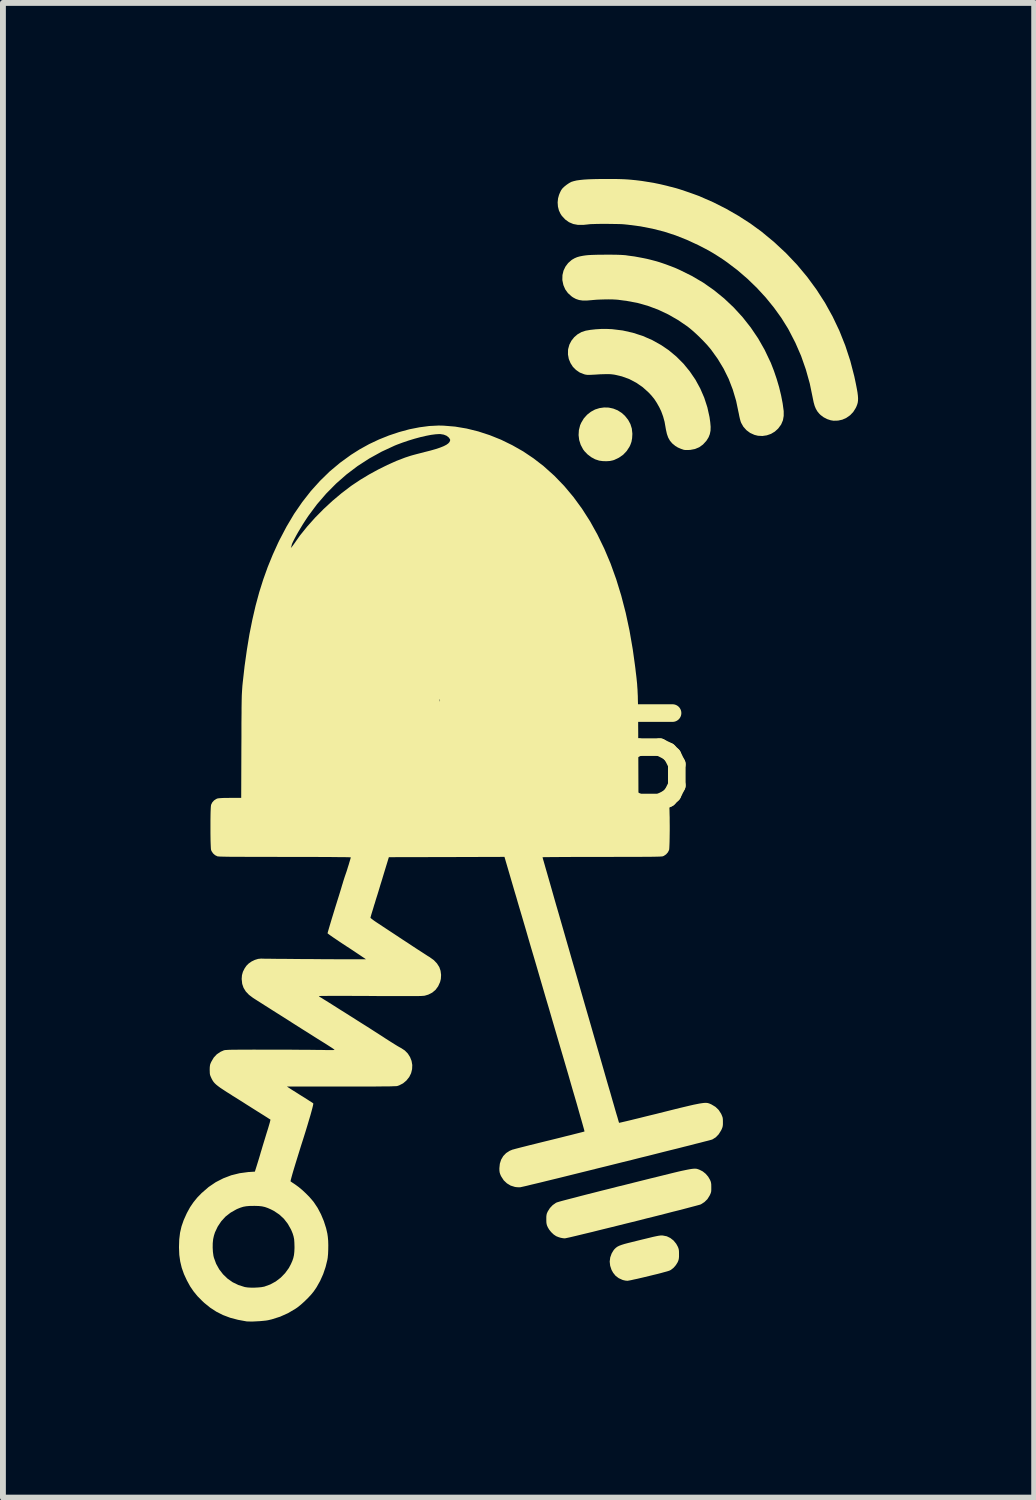
<source format=kicad_pcb>
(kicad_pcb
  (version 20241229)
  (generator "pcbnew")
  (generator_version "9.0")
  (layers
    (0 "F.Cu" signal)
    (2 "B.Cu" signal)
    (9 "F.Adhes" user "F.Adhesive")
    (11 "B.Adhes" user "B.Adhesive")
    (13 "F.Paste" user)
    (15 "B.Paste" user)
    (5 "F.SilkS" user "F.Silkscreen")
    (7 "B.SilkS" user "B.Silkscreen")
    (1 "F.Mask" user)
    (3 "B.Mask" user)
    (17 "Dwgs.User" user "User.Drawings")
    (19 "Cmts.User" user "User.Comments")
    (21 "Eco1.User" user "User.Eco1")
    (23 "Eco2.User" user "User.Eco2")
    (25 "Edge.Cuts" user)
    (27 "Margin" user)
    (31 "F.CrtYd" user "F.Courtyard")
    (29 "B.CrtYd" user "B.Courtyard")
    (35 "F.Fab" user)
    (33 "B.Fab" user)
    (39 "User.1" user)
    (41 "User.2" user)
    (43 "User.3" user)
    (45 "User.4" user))
  (footprint "logo_5"
    (layer "F.Cu")
    (at 4.999 9.935)
    (property "Reference" "logo_5" (at 0 0 0) (layer "F.SilkS") (effects (font (size 1.524 1.524) (thickness 0.3))))
    (attr board_only exclude_from_pos_files exclude_from_bom)
    (fp_poly (pts (xy 2.323 -6.04) (xy 2.401 -6.023) (xy 2.476 -5.993) (xy 2.546 -5.948) (xy 2.599 -5.9) (xy 2.654 -5.831) (xy 2.693 -5.759) (xy 2.717 -5.682) (xy 2.726 -5.598) (xy 2.726 -5.587) (xy 2.722 -5.518) (xy 2.711 -5.457) (xy 2.69 -5.399) (xy 2.676 -5.371) (xy 2.629 -5.299) (xy 2.569 -5.236) (xy 2.497 -5.186) (xy 2.417 -5.148) (xy 2.395 -5.141) (xy 2.344 -5.13) (xy 2.284 -5.126) (xy 2.221 -5.128) (xy 2.162 -5.136) (xy 2.158 -5.137) (xy 2.091 -5.159) (xy 2.025 -5.195) (xy 1.963 -5.242) (xy 1.91 -5.297) (xy 1.887 -5.328) (xy 1.846 -5.405) (xy 1.82 -5.487) (xy 1.81 -5.571) (xy 1.815 -5.656) (xy 1.836 -5.739) (xy 1.855 -5.782) (xy 1.9 -5.857) (xy 1.956 -5.919) (xy 2.02 -5.969) (xy 2.09 -6.007) (xy 2.166 -6.031) (xy 2.244 -6.042)) (stroke (width 0) (type solid)) (fill yes) (layer "F.SilkS"))
    (fp_poly (pts (xy 3.237 8.067) (xy 3.247 8.068) (xy 3.313 8.081) (xy 3.373 8.11) (xy 3.428 8.153) (xy 3.473 8.208) (xy 3.498 8.253) (xy 3.509 8.278) (xy 3.516 8.302) (xy 3.52 8.329) (xy 3.521 8.364) (xy 3.521 8.388) (xy 3.521 8.43) (xy 3.518 8.461) (xy 3.513 8.485) (xy 3.504 8.509) (xy 3.498 8.523) (xy 3.467 8.573) (xy 3.427 8.619) (xy 3.382 8.654) (xy 3.362 8.664) (xy 3.343 8.671) (xy 3.31 8.681) (xy 3.265 8.693) (xy 3.211 8.708) (xy 3.149 8.724) (xy 3.082 8.74) (xy 3.013 8.757) (xy 2.943 8.774) (xy 2.875 8.79) (xy 2.811 8.805) (xy 2.754 8.817) (xy 2.706 8.828) (xy 2.668 8.835) (xy 2.644 8.839) (xy 2.639 8.839) (xy 2.608 8.836) (xy 2.572 8.828) (xy 2.556 8.823) (xy 2.493 8.794) (xy 2.441 8.755) (xy 2.399 8.703) (xy 2.371 8.653) (xy 2.348 8.583) (xy 2.34 8.512) (xy 2.349 8.441) (xy 2.373 8.374) (xy 2.402 8.325) (xy 2.423 8.298) (xy 2.445 8.277) (xy 2.471 8.258) (xy 2.503 8.242) (xy 2.543 8.227) (xy 2.594 8.211) (xy 2.659 8.194) (xy 2.688 8.187) (xy 2.792 8.161) (xy 2.881 8.139) (xy 2.956 8.121) (xy 3.018 8.106) (xy 3.07 8.093) (xy 3.111 8.084) (xy 3.145 8.077) (xy 3.171 8.072) (xy 3.193 8.069) (xy 3.21 8.067) (xy 3.224 8.067)) (stroke (width 0) (type solid)) (fill yes) (layer "F.SilkS"))
    (fp_poly (pts (xy 2.382 -7.376) (xy 2.561 -7.354) (xy 2.734 -7.315) (xy 2.902 -7.261) (xy 3.063 -7.191) (xy 3.217 -7.105) (xy 3.345 -7.018) (xy 3.476 -6.909) (xy 3.597 -6.788) (xy 3.705 -6.656) (xy 3.801 -6.515) (xy 3.883 -6.365) (xy 3.951 -6.208) (xy 4.004 -6.045) (xy 4.041 -5.878) (xy 4.053 -5.792) (xy 4.06 -5.713) (xy 4.058 -5.646) (xy 4.046 -5.587) (xy 4.025 -5.534) (xy 3.993 -5.482) (xy 3.985 -5.471) (xy 3.929 -5.41) (xy 3.865 -5.364) (xy 3.793 -5.334) (xy 3.714 -5.319) (xy 3.698 -5.318) (xy 3.662 -5.317) (xy 3.631 -5.317) (xy 3.611 -5.319) (xy 3.607 -5.319) (xy 3.554 -5.337) (xy 3.501 -5.36) (xy 3.458 -5.386) (xy 3.456 -5.388) (xy 3.406 -5.429) (xy 3.367 -5.475) (xy 3.337 -5.528) (xy 3.315 -5.59) (xy 3.298 -5.666) (xy 3.293 -5.695) (xy 3.275 -5.798) (xy 3.25 -5.889) (xy 3.218 -5.976) (xy 3.185 -6.045) (xy 3.142 -6.121) (xy 3.099 -6.187) (xy 3.049 -6.248) (xy 3.003 -6.297) (xy 2.903 -6.387) (xy 2.793 -6.463) (xy 2.675 -6.525) (xy 2.549 -6.571) (xy 2.431 -6.599) (xy 2.399 -6.604) (xy 2.365 -6.608) (xy 2.328 -6.61) (xy 2.285 -6.61) (xy 2.234 -6.609) (xy 2.172 -6.607) (xy 2.097 -6.602) (xy 2.037 -6.599) (xy 1.99 -6.597) (xy 1.953 -6.598) (xy 1.922 -6.603) (xy 1.904 -6.608) (xy 1.83 -6.637) (xy 1.767 -6.68) (xy 1.713 -6.734) (xy 1.672 -6.798) (xy 1.643 -6.868) (xy 1.629 -6.944) (xy 1.63 -7.024) (xy 1.633 -7.041) (xy 1.653 -7.113) (xy 1.688 -7.18) (xy 1.735 -7.239) (xy 1.793 -7.289) (xy 1.86 -7.327) (xy 1.93 -7.35) (xy 2.01 -7.364) (xy 2.101 -7.374) (xy 2.198 -7.38) (xy 2.295 -7.38)) (stroke (width 0) (type solid)) (fill yes) (layer "F.SilkS"))
    (fp_poly (pts (xy 3.801 6.929) (xy 3.816 6.93) (xy 3.83 6.933) (xy 3.842 6.937) (xy 3.854 6.941) (xy 3.867 6.946) (xy 3.872 6.948) (xy 3.925 6.975) (xy 3.976 7.016) (xy 4.018 7.065) (xy 4.046 7.113) (xy 4.059 7.141) (xy 4.066 7.166) (xy 4.07 7.193) (xy 4.071 7.229) (xy 4.071 7.249) (xy 4.071 7.289) (xy 4.069 7.318) (xy 4.063 7.342) (xy 4.053 7.366) (xy 4.043 7.387) (xy 4.005 7.448) (xy 3.954 7.498) (xy 3.896 7.535) (xy 3.892 7.537) (xy 3.878 7.542) (xy 3.849 7.55) (xy 3.805 7.562) (xy 3.748 7.577) (xy 3.68 7.595) (xy 3.601 7.616) (xy 3.512 7.639) (xy 3.415 7.663) (xy 3.311 7.69) (xy 3.202 7.718) (xy 3.087 7.747) (xy 2.969 7.776) (xy 2.849 7.807) (xy 2.728 7.837) (xy 2.606 7.867) (xy 2.486 7.897) (xy 2.369 7.926) (xy 2.255 7.954) (xy 2.145 7.981) (xy 2.042 8.007) (xy 1.946 8.03) (xy 1.859 8.051) (xy 1.781 8.07) (xy 1.713 8.086) (xy 1.658 8.099) (xy 1.616 8.108) (xy 1.588 8.114) (xy 1.575 8.116) (xy 1.547 8.114) (xy 1.514 8.108) (xy 1.5 8.105) (xy 1.468 8.095) (xy 1.438 8.083) (xy 1.428 8.079) (xy 1.385 8.05) (xy 1.343 8.01) (xy 1.307 7.965) (xy 1.284 7.925) (xy 1.272 7.897) (xy 1.265 7.872) (xy 1.261 7.845) (xy 1.26 7.809) (xy 1.26 7.79) (xy 1.26 7.749) (xy 1.263 7.72) (xy 1.268 7.696) (xy 1.278 7.672) (xy 1.285 7.657) (xy 1.321 7.6) (xy 1.367 7.551) (xy 1.42 7.513) (xy 1.436 7.505) (xy 1.451 7.5) (xy 1.481 7.491) (xy 1.527 7.478) (xy 1.587 7.462) (xy 1.66 7.443) (xy 1.746 7.421) (xy 1.844 7.395) (xy 1.953 7.367) (xy 2.072 7.337) (xy 2.201 7.304) (xy 2.338 7.27) (xy 2.482 7.233) (xy 2.597 7.205) (xy 2.76 7.164) (xy 2.908 7.127) (xy 3.04 7.094) (xy 3.159 7.065) (xy 3.264 7.039) (xy 3.357 7.016) (xy 3.438 6.996) (xy 3.509 6.979) (xy 3.57 6.965) (xy 3.623 6.954) (xy 3.667 6.945) (xy 3.705 6.938) (xy 3.736 6.933) (xy 3.762 6.93) (xy 3.783 6.929)) (stroke (width 0) (type solid)) (fill yes) (layer "F.SilkS"))
    (fp_poly (pts (xy 2.391 -8.645) (xy 2.461 -8.644) (xy 2.523 -8.642) (xy 2.574 -8.639) (xy 2.612 -8.636) (xy 2.618 -8.635) (xy 2.657 -8.629) (xy 2.695 -8.624) (xy 2.724 -8.62) (xy 2.726 -8.62) (xy 2.763 -8.615) (xy 2.811 -8.606) (xy 2.866 -8.596) (xy 2.923 -8.585) (xy 2.976 -8.574) (xy 3.021 -8.563) (xy 3.022 -8.563) (xy 3.083 -8.547) (xy 3.136 -8.533) (xy 3.186 -8.518) (xy 3.237 -8.501) (xy 3.295 -8.481) (xy 3.364 -8.455) (xy 3.371 -8.453) (xy 3.404 -8.44) (xy 3.43 -8.43) (xy 3.451 -8.422) (xy 3.474 -8.412) (xy 3.503 -8.399) (xy 3.538 -8.383) (xy 3.74 -8.283) (xy 3.934 -8.169) (xy 4.118 -8.04) (xy 4.291 -7.899) (xy 4.454 -7.745) (xy 4.605 -7.58) (xy 4.743 -7.405) (xy 4.869 -7.219) (xy 4.98 -7.024) (xy 5.077 -6.82) (xy 5.084 -6.806) (xy 5.137 -6.67) (xy 5.185 -6.529) (xy 5.227 -6.387) (xy 5.261 -6.246) (xy 5.287 -6.112) (xy 5.304 -5.987) (xy 5.305 -5.98) (xy 5.305 -5.898) (xy 5.292 -5.824) (xy 5.263 -5.755) (xy 5.258 -5.747) (xy 5.211 -5.683) (xy 5.154 -5.631) (xy 5.089 -5.592) (xy 5.017 -5.567) (xy 4.942 -5.556) (xy 4.866 -5.56) (xy 4.806 -5.575) (xy 4.733 -5.608) (xy 4.67 -5.655) (xy 4.618 -5.713) (xy 4.58 -5.78) (xy 4.57 -5.807) (xy 4.559 -5.847) (xy 4.548 -5.895) (xy 4.538 -5.947) (xy 4.536 -5.955) (xy 4.494 -6.156) (xy 4.437 -6.347) (xy 4.367 -6.529) (xy 4.281 -6.703) (xy 4.181 -6.869) (xy 4.066 -7.029) (xy 4.052 -7.046) (xy 4.003 -7.104) (xy 3.944 -7.167) (xy 3.879 -7.233) (xy 3.812 -7.297) (xy 3.746 -7.356) (xy 3.684 -7.407) (xy 3.661 -7.425) (xy 3.502 -7.533) (xy 3.336 -7.628) (xy 3.164 -7.709) (xy 2.989 -7.774) (xy 2.811 -7.824) (xy 2.633 -7.857) (xy 2.623 -7.859) (xy 2.58 -7.864) (xy 2.535 -7.87) (xy 2.497 -7.875) (xy 2.494 -7.876) (xy 2.449 -7.88) (xy 2.391 -7.883) (xy 2.324 -7.884) (xy 2.253 -7.883) (xy 2.182 -7.881) (xy 2.115 -7.878) (xy 2.056 -7.873) (xy 2.035 -7.871) (xy 1.951 -7.864) (xy 1.88 -7.864) (xy 1.818 -7.873) (xy 1.764 -7.891) (xy 1.714 -7.918) (xy 1.69 -7.935) (xy 1.628 -7.991) (xy 1.582 -8.055) (xy 1.551 -8.127) (xy 1.534 -8.207) (xy 1.533 -8.22) (xy 1.535 -8.298) (xy 1.553 -8.373) (xy 1.586 -8.442) (xy 1.632 -8.503) (xy 1.69 -8.554) (xy 1.702 -8.562) (xy 1.742 -8.585) (xy 1.784 -8.603) (xy 1.83 -8.616) (xy 1.886 -8.627) (xy 1.935 -8.634) (xy 1.976 -8.638) (xy 2.03 -8.641) (xy 2.094 -8.643) (xy 2.165 -8.645) (xy 2.24 -8.645) (xy 2.316 -8.646)) (stroke (width 0) (type solid)) (fill yes) (layer "F.SilkS"))
    (fp_poly (pts (xy 2.428 -9.935) (xy 2.493 -9.934) (xy 2.55 -9.932) (xy 2.6 -9.93) (xy 2.648 -9.927) (xy 2.697 -9.923) (xy 2.748 -9.918) (xy 2.788 -9.914) (xy 2.886 -9.902) (xy 2.992 -9.885) (xy 3.099 -9.867) (xy 3.201 -9.846) (xy 3.294 -9.824) (xy 3.319 -9.818) (xy 3.359 -9.807) (xy 3.402 -9.797) (xy 3.435 -9.788) (xy 3.469 -9.779) (xy 3.516 -9.765) (xy 3.572 -9.747) (xy 3.634 -9.726) (xy 3.698 -9.704) (xy 3.76 -9.682) (xy 3.818 -9.661) (xy 3.867 -9.643) (xy 3.882 -9.636) (xy 4.104 -9.539) (xy 4.322 -9.429) (xy 4.533 -9.308) (xy 4.735 -9.178) (xy 4.923 -9.041) (xy 4.927 -9.038) (xy 5.142 -8.86) (xy 5.344 -8.672) (xy 5.532 -8.474) (xy 5.705 -8.267) (xy 5.864 -8.05) (xy 6.009 -7.825) (xy 6.139 -7.59) (xy 6.254 -7.348) (xy 6.354 -7.097) (xy 6.439 -6.838) (xy 6.508 -6.572) (xy 6.534 -6.449) (xy 6.55 -6.367) (xy 6.562 -6.3) (xy 6.569 -6.244) (xy 6.572 -6.198) (xy 6.571 -6.158) (xy 6.566 -6.122) (xy 6.556 -6.088) (xy 6.542 -6.053) (xy 6.531 -6.031) (xy 6.489 -5.964) (xy 6.436 -5.909) (xy 6.373 -5.865) (xy 6.304 -5.834) (xy 6.23 -5.818) (xy 6.154 -5.816) (xy 6.105 -5.824) (xy 6.044 -5.844) (xy 5.985 -5.875) (xy 5.933 -5.914) (xy 5.91 -5.937) (xy 5.878 -5.976) (xy 5.853 -6.019) (xy 5.833 -6.067) (xy 5.816 -6.126) (xy 5.801 -6.198) (xy 5.8 -6.204) (xy 5.749 -6.451) (xy 5.682 -6.69) (xy 5.601 -6.921) (xy 5.504 -7.144) (xy 5.392 -7.361) (xy 5.376 -7.39) (xy 5.265 -7.568) (xy 5.139 -7.743) (xy 5 -7.914) (xy 4.849 -8.078) (xy 4.688 -8.234) (xy 4.52 -8.379) (xy 4.345 -8.512) (xy 4.261 -8.571) (xy 4.182 -8.622) (xy 4.112 -8.666) (xy 4.044 -8.706) (xy 3.974 -8.744) (xy 3.895 -8.785) (xy 3.848 -8.809) (xy 3.653 -8.899) (xy 3.461 -8.975) (xy 3.267 -9.038) (xy 3.07 -9.088) (xy 2.865 -9.128) (xy 2.65 -9.156) (xy 2.592 -9.162) (xy 2.555 -9.165) (xy 2.506 -9.167) (xy 2.447 -9.168) (xy 2.382 -9.169) (xy 2.313 -9.17) (xy 2.243 -9.17) (xy 2.176 -9.17) (xy 2.113 -9.169) (xy 2.059 -9.167) (xy 2.015 -9.166) (xy 1.986 -9.163) (xy 1.982 -9.163) (xy 1.961 -9.16) (xy 1.929 -9.157) (xy 1.893 -9.153) (xy 1.886 -9.153) (xy 1.799 -9.153) (xy 1.719 -9.168) (xy 1.646 -9.199) (xy 1.582 -9.245) (xy 1.526 -9.305) (xy 1.503 -9.339) (xy 1.475 -9.398) (xy 1.458 -9.465) (xy 1.453 -9.536) (xy 1.46 -9.605) (xy 1.476 -9.663) (xy 1.49 -9.697) (xy 1.505 -9.729) (xy 1.516 -9.749) (xy 1.537 -9.777) (xy 1.57 -9.808) (xy 1.608 -9.838) (xy 1.648 -9.865) (xy 1.684 -9.885) (xy 1.69 -9.887) (xy 1.729 -9.899) (xy 1.776 -9.91) (xy 1.833 -9.918) (xy 1.901 -9.925) (xy 1.982 -9.93) (xy 2.076 -9.933) (xy 2.185 -9.935) (xy 2.261 -9.935) (xy 2.352 -9.935)) (stroke (width 0) (type solid)) (fill yes) (layer "F.SilkS"))
    (fp_poly (pts (xy -0.49 -5.732) (xy -0.295 -5.716) (xy -0.098 -5.683) (xy 0.1 -5.634) (xy 0.296 -5.57) (xy 0.49 -5.492) (xy 0.68 -5.399) (xy 0.865 -5.294) (xy 1.042 -5.175) (xy 1.212 -5.044) (xy 1.222 -5.035) (xy 1.398 -4.877) (xy 1.565 -4.704) (xy 1.721 -4.518) (xy 1.868 -4.317) (xy 2.005 -4.103) (xy 2.131 -3.876) (xy 2.248 -3.635) (xy 2.355 -3.382) (xy 2.451 -3.115) (xy 2.537 -2.835) (xy 2.613 -2.542) (xy 2.678 -2.238) (xy 2.733 -1.92) (xy 2.768 -1.668) (xy 2.777 -1.6) (xy 2.784 -1.538) (xy 2.791 -1.482) (xy 2.797 -1.43) (xy 2.802 -1.38) (xy 2.807 -1.332) (xy 2.81 -1.283) (xy 2.814 -1.233) (xy 2.816 -1.181) (xy 2.819 -1.124) (xy 2.82 -1.061) (xy 2.822 -0.991) (xy 2.823 -0.913) (xy 2.824 -0.826) (xy 2.825 -0.727) (xy 2.825 -0.616) (xy 2.826 -0.491) (xy 2.826 -0.351) (xy 2.827 -0.277) (xy 2.83 0.61) (xy 3.02 0.61) (xy 3.099 0.611) (xy 3.162 0.613) (xy 3.208 0.616) (xy 3.238 0.62) (xy 3.245 0.621) (xy 3.283 0.64) (xy 3.318 0.671) (xy 3.344 0.709) (xy 3.351 0.728) (xy 3.354 0.746) (xy 3.357 0.779) (xy 3.359 0.825) (xy 3.36 0.881) (xy 3.362 0.945) (xy 3.362 1.014) (xy 3.363 1.087) (xy 3.363 1.16) (xy 3.362 1.232) (xy 3.361 1.3) (xy 3.36 1.362) (xy 3.358 1.415) (xy 3.356 1.458) (xy 3.354 1.487) (xy 3.351 1.499) (xy 3.332 1.538) (xy 3.301 1.573) (xy 3.264 1.598) (xy 3.245 1.606) (xy 3.235 1.608) (xy 3.218 1.609) (xy 3.191 1.611) (xy 3.156 1.612) (xy 3.11 1.613) (xy 3.054 1.614) (xy 2.986 1.614) (xy 2.905 1.615) (xy 2.812 1.616) (xy 2.704 1.616) (xy 2.582 1.616) (xy 2.445 1.616) (xy 2.292 1.617) (xy 2.202 1.617) (xy 2.072 1.617) (xy 1.947 1.617) (xy 1.828 1.617) (xy 1.716 1.617) (xy 1.612 1.618) (xy 1.517 1.618) (xy 1.432 1.619) (xy 1.358 1.619) (xy 1.297 1.62) (xy 1.249 1.62) (xy 1.216 1.621) (xy 1.198 1.622) (xy 1.195 1.622) (xy 1.198 1.631) (xy 1.204 1.655) (xy 1.216 1.695) (xy 1.231 1.748) (xy 1.25 1.815) (xy 1.273 1.894) (xy 1.299 1.985) (xy 1.328 2.086) (xy 1.36 2.198) (xy 1.394 2.318) (xy 1.431 2.447) (xy 1.471 2.584) (xy 1.512 2.727) (xy 1.555 2.876) (xy 1.599 3.03) (xy 1.645 3.189) (xy 1.691 3.35) (xy 1.739 3.515) (xy 1.787 3.681) (xy 1.835 3.849) (xy 1.883 4.016) (xy 1.931 4.183) (xy 1.979 4.348) (xy 2.026 4.511) (xy 2.072 4.671) (xy 2.117 4.827) (xy 2.161 4.979) (xy 2.203 5.125) (xy 2.243 5.264) (xy 2.281 5.397) (xy 2.317 5.521) (xy 2.351 5.636) (xy 2.381 5.742) (xy 2.409 5.838) (xy 2.433 5.922) (xy 2.454 5.994) (xy 2.472 6.053) (xy 2.485 6.099) (xy 2.494 6.13) (xy 2.499 6.146) (xy 2.499 6.147) (xy 2.508 6.146) (xy 2.532 6.141) (xy 2.57 6.132) (xy 2.622 6.12) (xy 2.685 6.105) (xy 2.758 6.087) (xy 2.841 6.067) (xy 2.932 6.044) (xy 3.03 6.02) (xy 3.133 5.995) (xy 3.192 5.98) (xy 3.324 5.947) (xy 3.44 5.918) (xy 3.541 5.893) (xy 3.629 5.872) (xy 3.705 5.854) (xy 3.77 5.839) (xy 3.825 5.828) (xy 3.871 5.819) (xy 3.91 5.813) (xy 3.942 5.809) (xy 3.968 5.807) (xy 3.991 5.808) (xy 4.01 5.81) (xy 4.027 5.815) (xy 4.044 5.821) (xy 4.06 5.828) (xy 4.077 5.836) (xy 4.143 5.876) (xy 4.197 5.928) (xy 4.238 5.992) (xy 4.242 6) (xy 4.255 6.031) (xy 4.264 6.056) (xy 4.268 6.083) (xy 4.269 6.118) (xy 4.269 6.135) (xy 4.269 6.174) (xy 4.266 6.203) (xy 4.26 6.227) (xy 4.249 6.255) (xy 4.237 6.279) (xy 4.197 6.343) (xy 4.148 6.394) (xy 4.089 6.431) (xy 4.087 6.431) (xy 4.076 6.435) (xy 4.048 6.443) (xy 4.006 6.454) (xy 3.95 6.468) (xy 3.882 6.486) (xy 3.801 6.506) (xy 3.71 6.53) (xy 3.609 6.555) (xy 3.5 6.583) (xy 3.382 6.612) (xy 3.258 6.643) (xy 3.128 6.676) (xy 2.994 6.71) (xy 2.855 6.744) (xy 2.714 6.78) (xy 2.571 6.815) (xy 2.427 6.851) (xy 2.283 6.887) (xy 2.14 6.922) (xy 2 6.957) (xy 1.863 6.991) (xy 1.73 7.024) (xy 1.601 7.056) (xy 1.48 7.086) (xy 1.365 7.114) (xy 1.258 7.14) (xy 1.161 7.164) (xy 1.073 7.185) (xy 0.997 7.203) (xy 0.933 7.219) (xy 0.881 7.231) (xy 0.844 7.239) (xy 0.822 7.244) (xy 0.817 7.245) (xy 0.785 7.246) (xy 0.747 7.243) (xy 0.726 7.24) (xy 0.652 7.217) (xy 0.589 7.179) (xy 0.535 7.128) (xy 0.494 7.065) (xy 0.487 7.053) (xy 0.473 7.02) (xy 0.465 6.993) (xy 0.461 6.964) (xy 0.46 6.925) (xy 0.46 6.922) (xy 0.468 6.844) (xy 0.49 6.775) (xy 0.526 6.714) (xy 0.575 6.663) (xy 0.636 6.624) (xy 0.684 6.604) (xy 0.701 6.6) (xy 0.733 6.591) (xy 0.779 6.579) (xy 0.837 6.564) (xy 0.905 6.547) (xy 0.983 6.527) (xy 1.069 6.506) (xy 1.161 6.483) (xy 1.258 6.459) (xy 1.32 6.444) (xy 1.417 6.42) (xy 1.51 6.397) (xy 1.596 6.375) (xy 1.675 6.356) (xy 1.744 6.338) (xy 1.804 6.323) (xy 1.851 6.311) (xy 1.886 6.302) (xy 1.906 6.296) (xy 1.911 6.294) (xy 1.909 6.286) (xy 1.903 6.261) (xy 1.892 6.222) (xy 1.877 6.168) (xy 1.858 6.101) (xy 1.835 6.022) (xy 1.809 5.93) (xy 1.78 5.827) (xy 1.747 5.714) (xy 1.711 5.592) (xy 1.673 5.46) (xy 1.633 5.32) (xy 1.59 5.174) (xy 1.545 5.02) (xy 1.498 4.861) (xy 1.45 4.697) (xy 1.409 4.557) (xy 1.357 4.379) (xy 1.305 4.2) (xy 1.252 4.022) (xy 1.2 3.844) (xy 1.149 3.669) (xy 1.099 3.497) (xy 1.05 3.33) (xy 1.002 3.169) (xy 0.957 3.015) (xy 0.915 2.869) (xy 0.875 2.733) (xy 0.838 2.607) (xy 0.804 2.493) (xy 0.774 2.391) (xy 0.749 2.304) (xy 0.727 2.231) (xy 0.724 2.221) (xy 0.547 1.616) (xy -0.438 1.619) (xy -1.423 1.621) (xy -1.515 1.922) (xy -1.539 2.003) (xy -1.566 2.089) (xy -1.592 2.176) (xy -1.618 2.261) (xy -1.643 2.339) (xy -1.663 2.407) (xy -1.672 2.433) (xy -1.689 2.491) (xy -1.705 2.543) (xy -1.719 2.588) (xy -1.729 2.623) (xy -1.735 2.645) (xy -1.737 2.653) (xy -1.73 2.661) (xy -1.711 2.676) (xy -1.682 2.698) (xy -1.646 2.723) (xy -1.614 2.744) (xy -1.463 2.844) (xy -1.326 2.934) (xy -1.204 3.015) (xy -1.095 3.086) (xy -1 3.149) (xy -0.919 3.202) (xy -0.852 3.245) (xy -0.798 3.28) (xy -0.758 3.306) (xy -0.731 3.322) (xy -0.724 3.327) (xy -0.657 3.375) (xy -0.603 3.432) (xy -0.563 3.495) (xy -0.542 3.557) (xy -0.533 3.626) (xy -0.537 3.695) (xy -0.55 3.748) (xy -0.583 3.821) (xy -0.627 3.881) (xy -0.684 3.929) (xy -0.751 3.963) (xy -0.812 3.981) (xy -0.825 3.983) (xy -0.844 3.984) (xy -0.872 3.986) (xy -0.909 3.987) (xy -0.956 3.987) (xy -1.013 3.988) (xy -1.082 3.988) (xy -1.164 3.988) (xy -1.258 3.988) (xy -1.366 3.988) (xy -1.49 3.987) (xy -1.629 3.987) (xy -1.738 3.986) (xy -1.881 3.985) (xy -2.014 3.985) (xy -2.135 3.984) (xy -2.244 3.984) (xy -2.34 3.984) (xy -2.423 3.984) (xy -2.491 3.985) (xy -2.546 3.985) (xy -2.585 3.986) (xy -2.607 3.987) (xy -2.614 3.988) (xy -2.607 3.998) (xy -2.602 4.001) (xy -2.592 4.007) (xy -2.569 4.02) (xy -2.535 4.042) (xy -2.491 4.069) (xy -2.438 4.102) (xy -2.378 4.14) (xy -2.313 4.181) (xy -2.247 4.223) (xy -2.173 4.269) (xy -2.099 4.316) (xy -2.027 4.361) (xy -1.96 4.404) (xy -1.9 4.442) (xy -1.849 4.474) (xy -1.808 4.5) (xy -1.788 4.512) (xy -1.749 4.537) (xy -1.715 4.559) (xy -1.684 4.579) (xy -1.653 4.599) (xy -1.618 4.621) (xy -1.578 4.647) (xy -1.528 4.679) (xy -1.475 4.714) (xy -1.398 4.763) (xy -1.331 4.805) (xy -1.276 4.839) (xy -1.232 4.864) (xy -1.213 4.874) (xy -1.151 4.915) (xy -1.1 4.967) (xy -1.062 5.027) (xy -1.036 5.093) (xy -1.024 5.162) (xy -1.027 5.233) (xy -1.044 5.302) (xy -1.076 5.367) (xy -1.124 5.427) (xy -1.181 5.475) (xy -1.247 5.509) (xy -1.279 5.52) (xy -1.291 5.522) (xy -1.313 5.523) (xy -1.346 5.524) (xy -1.391 5.526) (xy -1.447 5.527) (xy -1.517 5.527) (xy -1.6 5.528) (xy -1.697 5.529) (xy -1.809 5.529) (xy -1.936 5.529) (xy -2.079 5.529) (xy -2.238 5.529) (xy -3.16 5.529) (xy -3.13 5.549) (xy -3.114 5.559) (xy -3.087 5.577) (xy -3.049 5.601) (xy -3.004 5.629) (xy -2.954 5.661) (xy -2.911 5.688) (xy -2.859 5.72) (xy -2.812 5.75) (xy -2.772 5.776) (xy -2.74 5.796) (xy -2.719 5.81) (xy -2.711 5.816) (xy -2.711 5.827) (xy -2.716 5.853) (xy -2.726 5.895) (xy -2.741 5.951) (xy -2.76 6.02) (xy -2.785 6.103) (xy -2.813 6.198) (xy -2.846 6.306) (xy -2.883 6.424) (xy -2.923 6.549) (xy -2.954 6.649) (xy -2.983 6.743) (xy -3.01 6.83) (xy -3.034 6.909) (xy -3.055 6.979) (xy -3.072 7.038) (xy -3.085 7.086) (xy -3.094 7.12) (xy -3.098 7.14) (xy -3.098 7.145) (xy -3.088 7.152) (xy -3.068 7.166) (xy -3.039 7.185) (xy -3.014 7.202) (xy -2.958 7.243) (xy -2.897 7.294) (xy -2.835 7.352) (xy -2.776 7.412) (xy -2.725 7.471) (xy -2.703 7.498) (xy -2.638 7.595) (xy -2.58 7.705) (xy -2.531 7.822) (xy -2.492 7.944) (xy -2.471 8.035) (xy -2.463 8.091) (xy -2.457 8.158) (xy -2.455 8.233) (xy -2.456 8.309) (xy -2.459 8.382) (xy -2.465 8.446) (xy -2.471 8.482) (xy -2.501 8.604) (xy -2.542 8.725) (xy -2.594 8.841) (xy -2.654 8.948) (xy -2.703 9.02) (xy -2.747 9.074) (xy -2.801 9.132) (xy -2.86 9.19) (xy -2.92 9.244) (xy -2.977 9.29) (xy -3.01 9.313) (xy -3.14 9.39) (xy -3.276 9.451) (xy -3.418 9.496) (xy -3.482 9.511) (xy -3.519 9.517) (xy -3.568 9.522) (xy -3.623 9.527) (xy -3.681 9.53) (xy -3.737 9.533) (xy -3.787 9.533) (xy -3.828 9.532) (xy -3.848 9.531) (xy -3.994 9.504) (xy -4.127 9.469) (xy -4.249 9.423) (xy -4.362 9.366) (xy -4.468 9.297) (xy -4.569 9.215) (xy -4.607 9.179) (xy -4.686 9.099) (xy -4.751 9.019) (xy -4.809 8.934) (xy -4.861 8.839) (xy -4.862 8.838) (xy -4.914 8.726) (xy -4.952 8.619) (xy -4.978 8.511) (xy -4.994 8.398) (xy -4.999 8.275) (xy -4.999 8.274) (xy -4.425 8.274) (xy -4.421 8.347) (xy -4.412 8.413) (xy -4.404 8.446) (xy -4.366 8.55) (xy -4.313 8.645) (xy -4.248 8.729) (xy -4.171 8.803) (xy -4.084 8.864) (xy -3.987 8.911) (xy -3.883 8.944) (xy -3.869 8.947) (xy -3.827 8.953) (xy -3.773 8.956) (xy -3.713 8.956) (xy -3.653 8.953) (xy -3.598 8.948) (xy -3.554 8.94) (xy -3.547 8.939) (xy -3.445 8.902) (xy -3.351 8.851) (xy -3.266 8.786) (xy -3.191 8.709) (xy -3.127 8.621) (xy -3.092 8.555) (xy -3.068 8.501) (xy -3.051 8.451) (xy -3.04 8.402) (xy -3.034 8.348) (xy -3.031 8.284) (xy -3.031 8.259) (xy -3.033 8.19) (xy -3.037 8.132) (xy -3.047 8.082) (xy -3.062 8.033) (xy -3.083 7.982) (xy -3.091 7.964) (xy -3.146 7.867) (xy -3.212 7.782) (xy -3.29 7.71) (xy -3.381 7.649) (xy -3.432 7.623) (xy -3.486 7.599) (xy -3.535 7.582) (xy -3.584 7.571) (xy -3.638 7.565) (xy -3.703 7.563) (xy -3.727 7.563) (xy -3.796 7.564) (xy -3.854 7.569) (xy -3.904 7.578) (xy -3.952 7.593) (xy -4.004 7.614) (xy -4.023 7.623) (xy -4.12 7.678) (xy -4.206 7.745) (xy -4.279 7.825) (xy -4.339 7.915) (xy -4.386 8.014) (xy -4.404 8.071) (xy -4.417 8.13) (xy -4.424 8.2) (xy -4.425 8.274) (xy -4.999 8.274) (xy -4.999 8.259) (xy -4.995 8.135) (xy -4.981 8.02) (xy -4.956 7.912) (xy -4.919 7.805) (xy -4.869 7.694) (xy -4.862 7.68) (xy -4.81 7.585) (xy -4.752 7.5) (xy -4.687 7.42) (xy -4.609 7.34) (xy -4.607 7.339) (xy -4.494 7.241) (xy -4.373 7.159) (xy -4.244 7.093) (xy -4.108 7.041) (xy -3.966 7.006) (xy -3.817 6.986) (xy -3.795 6.985) (xy -3.706 6.979) (xy -3.672 6.871) (xy -3.655 6.816) (xy -3.636 6.754) (xy -3.618 6.694) (xy -3.607 6.655) (xy -3.592 6.606) (xy -3.575 6.548) (xy -3.556 6.486) (xy -3.538 6.427) (xy -3.534 6.414) (xy -3.506 6.322) (xy -3.482 6.246) (xy -3.464 6.185) (xy -3.451 6.14) (xy -3.444 6.11) (xy -3.44 6.095) (xy -3.441 6.093) (xy -3.449 6.087) (xy -3.469 6.075) (xy -3.498 6.056) (xy -3.533 6.034) (xy -3.547 6.025) (xy -3.595 5.995) (xy -3.651 5.96) (xy -3.708 5.924) (xy -3.759 5.892) (xy -3.762 5.89) (xy -3.798 5.867) (xy -3.846 5.837) (xy -3.902 5.801) (xy -3.964 5.762) (xy -4.029 5.721) (xy -4.094 5.681) (xy -4.111 5.669) (xy -4.185 5.623) (xy -4.246 5.583) (xy -4.296 5.55) (xy -4.335 5.521) (xy -4.366 5.496) (xy -4.391 5.472) (xy -4.41 5.45) (xy -4.426 5.426) (xy -4.44 5.401) (xy -4.448 5.384) (xy -4.461 5.355) (xy -4.47 5.33) (xy -4.474 5.304) (xy -4.475 5.271) (xy -4.476 5.245) (xy -4.475 5.204) (xy -4.472 5.175) (xy -4.467 5.15) (xy -4.457 5.125) (xy -4.448 5.106) (xy -4.407 5.036) (xy -4.355 4.98) (xy -4.291 4.937) (xy -4.239 4.914) (xy -4.231 4.911) (xy -4.22 4.909) (xy -4.205 4.907) (xy -4.186 4.906) (xy -4.16 4.904) (xy -4.128 4.903) (xy -4.087 4.902) (xy -4.037 4.902) (xy -3.977 4.901) (xy -3.905 4.901) (xy -3.821 4.901) (xy -3.722 4.9) (xy -3.609 4.901) (xy -3.48 4.901) (xy -3.465 4.901) (xy -3.349 4.901) (xy -3.233 4.901) (xy -3.121 4.901) (xy -3.013 4.902) (xy -2.911 4.903) (xy -2.817 4.903) (xy -2.732 4.904) (xy -2.659 4.905) (xy -2.599 4.905) (xy -2.553 4.906) (xy -2.539 4.906) (xy -2.483 4.908) (xy -2.435 4.908) (xy -2.394 4.908) (xy -2.365 4.907) (xy -2.35 4.905) (xy -2.348 4.904) (xy -2.355 4.898) (xy -2.374 4.883) (xy -2.404 4.863) (xy -2.442 4.839) (xy -2.485 4.811) (xy -2.492 4.807) (xy -2.536 4.779) (xy -2.591 4.745) (xy -2.655 4.705) (xy -2.726 4.66) (xy -2.803 4.611) (xy -2.885 4.56) (xy -2.97 4.506) (xy -3.057 4.451) (xy -3.144 4.395) (xy -3.231 4.34) (xy -3.315 4.287) (xy -3.396 4.236) (xy -3.471 4.188) (xy -3.541 4.144) (xy -3.602 4.105) (xy -3.654 4.072) (xy -3.695 4.046) (xy -3.724 4.027) (xy -3.737 4.019) (xy -3.807 3.966) (xy -3.861 3.909) (xy -3.899 3.847) (xy -3.922 3.78) (xy -3.93 3.705) (xy -3.931 3.697) (xy -3.926 3.632) (xy -3.91 3.574) (xy -3.882 3.518) (xy -3.85 3.471) (xy -3.811 3.432) (xy -3.762 3.398) (xy -3.706 3.371) (xy -3.65 3.354) (xy -3.598 3.349) (xy -3.576 3.35) (xy -3.538 3.351) (xy -3.488 3.351) (xy -3.426 3.352) (xy -3.353 3.353) (xy -3.271 3.354) (xy -3.182 3.354) (xy -3.086 3.355) (xy -2.985 3.356) (xy -2.881 3.357) (xy -2.774 3.357) (xy -2.667 3.358) (xy -2.56 3.359) (xy -2.455 3.359) (xy -2.353 3.36) (xy -2.256 3.36) (xy -2.166 3.361) (xy -2.082 3.361) (xy -2.007 3.361) (xy -1.943 3.361) (xy -1.89 3.361) (xy -1.85 3.361) (xy -1.824 3.361) (xy -1.814 3.36) (xy -1.814 3.36) (xy -1.821 3.355) (xy -1.841 3.341) (xy -1.873 3.32) (xy -1.914 3.292) (xy -1.965 3.258) (xy -2.022 3.22) (xy -2.085 3.178) (xy -2.141 3.142) (xy -2.208 3.098) (xy -2.271 3.056) (xy -2.327 3.018) (xy -2.376 2.985) (xy -2.416 2.957) (xy -2.445 2.936) (xy -2.463 2.922) (xy -2.468 2.917) (xy -2.465 2.907) (xy -2.458 2.881) (xy -2.447 2.843) (xy -2.433 2.795) (xy -2.416 2.738) (xy -2.397 2.674) (xy -2.376 2.606) (xy -2.354 2.534) (xy -2.332 2.462) (xy -2.31 2.392) (xy -2.296 2.347) (xy -2.277 2.287) (xy -2.256 2.219) (xy -2.235 2.15) (xy -2.217 2.088) (xy -2.214 2.081) (xy -2.2 2.033) (xy -2.186 1.989) (xy -2.174 1.952) (xy -2.165 1.926) (xy -2.162 1.917) (xy -2.156 1.9) (xy -2.146 1.871) (xy -2.134 1.834) (xy -2.121 1.791) (xy -2.107 1.748) (xy -2.095 1.706) (xy -2.084 1.67) (xy -2.076 1.642) (xy -2.072 1.626) (xy -2.072 1.624) (xy -2.081 1.623) (xy -2.106 1.622) (xy -2.146 1.621) (xy -2.201 1.62) (xy -2.27 1.62) (xy -2.352 1.619) (xy -2.446 1.618) (xy -2.551 1.618) (xy -2.667 1.617) (xy -2.793 1.617) (xy -2.927 1.617) (xy -3.069 1.617) (xy -3.191 1.617) (xy -3.362 1.616) (xy -3.517 1.616) (xy -3.656 1.616) (xy -3.779 1.616) (xy -3.889 1.615) (xy -3.984 1.615) (xy -4.067 1.614) (xy -4.137 1.614) (xy -4.196 1.613) (xy -4.245 1.612) (xy -4.283 1.611) (xy -4.311 1.61) (xy -4.331 1.608) (xy -4.343 1.607) (xy -4.345 1.606) (xy -4.384 1.587) (xy -4.419 1.556) (xy -4.444 1.518) (xy -4.452 1.499) (xy -4.455 1.481) (xy -4.457 1.448) (xy -4.459 1.402) (xy -4.461 1.346) (xy -4.462 1.282) (xy -4.463 1.213) (xy -4.463 1.14) (xy -4.463 1.067) (xy -4.463 0.995) (xy -4.462 0.927) (xy -4.461 0.865) (xy -4.459 0.812) (xy -4.457 0.769) (xy -4.454 0.74) (xy -4.452 0.728) (xy -4.433 0.689) (xy -4.402 0.654) (xy -4.364 0.629) (xy -4.345 0.621) (xy -4.321 0.617) (xy -4.28 0.614) (xy -4.222 0.611) (xy -4.15 0.611) (xy -4.125 0.61) (xy -3.939 0.61) (xy -3.936 -0.273) (xy -3.935 -0.417) (xy -3.935 -0.544) (xy -3.935 -0.657) (xy -3.934 -0.756) (xy -3.933 -0.843) (xy -3.933 -0.919) (xy -3.932 -0.984) (xy -3.931 -1.041) (xy -3.931 -1.053) (xy -0.557 -1.053) (xy -0.556 -1.036) (xy -0.554 -1.031) (xy -0.553 -1.034) (xy -0.551 -1.055) (xy -0.553 -1.068) (xy -0.555 -1.073) (xy -0.557 -1.063) (xy -0.557 -1.053) (xy -3.931 -1.053) (xy -3.93 -1.091) (xy -3.929 -1.134) (xy -3.927 -1.172) (xy -3.925 -1.206) (xy -3.923 -1.237) (xy -3.921 -1.266) (xy -3.919 -1.296) (xy -3.916 -1.326) (xy -3.914 -1.346) (xy -3.881 -1.637) (xy -3.842 -1.914) (xy -3.799 -2.176) (xy -3.749 -2.426) (xy -3.694 -2.664) (xy -3.632 -2.893) (xy -3.563 -3.112) (xy -3.487 -3.324) (xy -3.403 -3.53) (xy -3.345 -3.658) (xy -3.092 -3.658) (xy -3.09 -3.653) (xy -3.08 -3.662) (xy -3.062 -3.684) (xy -3.036 -3.721) (xy -3.033 -3.725) (xy -3.005 -3.765) (xy -2.976 -3.806) (xy -2.95 -3.843) (xy -2.934 -3.865) (xy -2.814 -4.014) (xy -2.68 -4.164) (xy -2.536 -4.31) (xy -2.385 -4.45) (xy -2.229 -4.581) (xy -2.073 -4.7) (xy -2.046 -4.719) (xy -1.906 -4.812) (xy -1.758 -4.901) (xy -1.604 -4.985) (xy -1.449 -5.062) (xy -1.295 -5.131) (xy -1.147 -5.188) (xy -1.083 -5.209) (xy -1.049 -5.22) (xy -1.003 -5.233) (xy -0.947 -5.248) (xy -0.888 -5.263) (xy -0.828 -5.278) (xy -0.823 -5.28) (xy -0.716 -5.307) (xy -0.625 -5.333) (xy -0.55 -5.358) (xy -0.49 -5.382) (xy -0.443 -5.406) (xy -0.41 -5.43) (xy -0.389 -5.454) (xy -0.379 -5.48) (xy -0.378 -5.49) (xy -0.384 -5.504) (xy -0.397 -5.523) (xy -0.405 -5.533) (xy -0.44 -5.56) (xy -0.487 -5.579) (xy -0.542 -5.588) (xy -0.563 -5.589) (xy -0.627 -5.585) (xy -0.705 -5.575) (xy -0.792 -5.558) (xy -0.887 -5.536) (xy -0.986 -5.509) (xy -1.088 -5.478) (xy -1.188 -5.444) (xy -1.285 -5.408) (xy -1.324 -5.392) (xy -1.544 -5.29) (xy -1.754 -5.174) (xy -1.954 -5.045) (xy -2.143 -4.902) (xy -2.322 -4.745) (xy -2.49 -4.575) (xy -2.647 -4.393) (xy -2.792 -4.198) (xy -2.811 -4.17) (xy -2.85 -4.111) (xy -2.89 -4.049) (xy -2.928 -3.986) (xy -2.965 -3.924) (xy -2.998 -3.866) (xy -3.027 -3.812) (xy -3.051 -3.765) (xy -3.069 -3.727) (xy -3.079 -3.7) (xy -3.081 -3.685) (xy -3.081 -3.684) (xy -3.08 -3.674) (xy -3.083 -3.674) (xy -3.09 -3.67) (xy -3.092 -3.658) (xy -3.345 -3.658) (xy -3.312 -3.731) (xy -3.289 -3.779) (xy -3.167 -4.011) (xy -3.038 -4.228) (xy -2.899 -4.43) (xy -2.752 -4.618) (xy -2.595 -4.792) (xy -2.43 -4.953) (xy -2.254 -5.1) (xy -2.068 -5.235) (xy -1.921 -5.328) (xy -1.76 -5.417) (xy -1.593 -5.496) (xy -1.421 -5.565) (xy -1.247 -5.623) (xy -1.074 -5.67) (xy -0.902 -5.704) (xy -0.735 -5.726) (xy -0.574 -5.734)) (stroke (width 0) (type solid)) (fill yes) (layer "F.SilkS")))
  (gr_rect
    (start -3 -3)
    (end 14.572 22.469)
    (stroke (width 0.1) (type default))
    (fill no)
    (layer "Edge.Cuts")))
</source>
